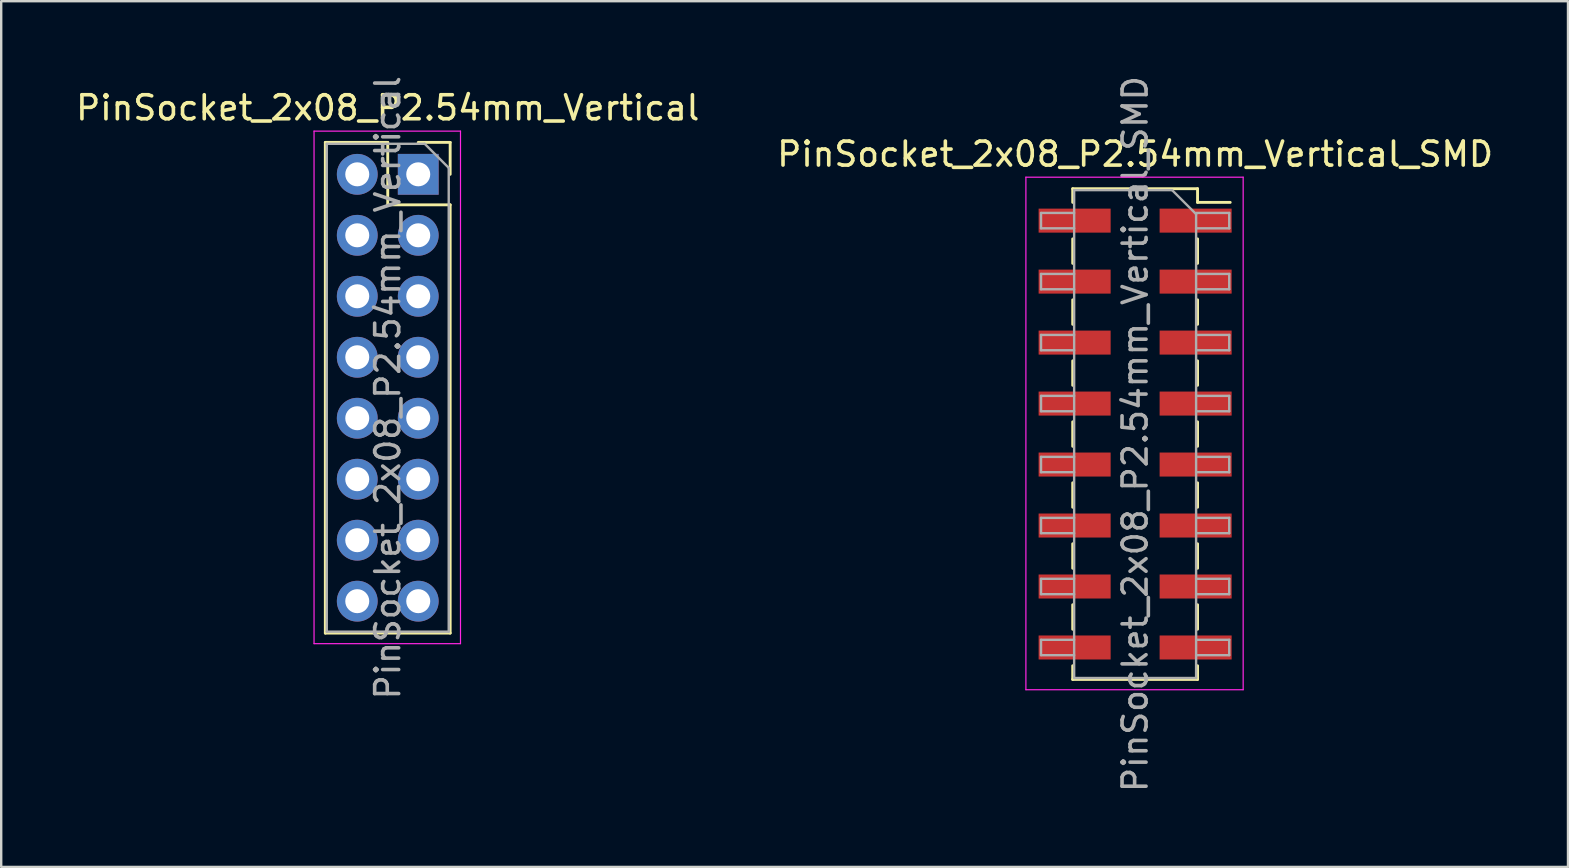
<source format=kicad_pcb>
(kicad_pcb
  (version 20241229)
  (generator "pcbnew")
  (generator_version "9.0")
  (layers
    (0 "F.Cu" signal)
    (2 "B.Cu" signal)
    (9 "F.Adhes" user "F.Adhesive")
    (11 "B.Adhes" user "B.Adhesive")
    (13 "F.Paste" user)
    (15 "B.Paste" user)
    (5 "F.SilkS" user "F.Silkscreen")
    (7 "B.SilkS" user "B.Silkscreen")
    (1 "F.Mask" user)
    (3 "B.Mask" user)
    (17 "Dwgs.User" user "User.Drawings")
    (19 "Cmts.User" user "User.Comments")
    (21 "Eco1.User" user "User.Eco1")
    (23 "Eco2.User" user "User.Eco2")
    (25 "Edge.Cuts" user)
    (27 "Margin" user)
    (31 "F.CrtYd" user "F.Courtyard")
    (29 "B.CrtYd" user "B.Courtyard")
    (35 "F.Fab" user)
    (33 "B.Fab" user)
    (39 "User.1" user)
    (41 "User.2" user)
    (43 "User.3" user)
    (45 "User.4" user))
  (footprint "PinSocket_2x08_P2.54mm_Vertical_SMD"
    (layer "F.Cu")
    (at 44.232 15.03)
    (property "Reference" "PinSocket_2x08_P2.54mm_Vertical_SMD" (at 0 -11.66 0) (layer "F.SilkS") (effects (font (size 1 1) (thickness 0.15))))
    (attr smd)
    (fp_line (start -2.6 -10.22) (end -2.6 -9.65) (stroke (width 0.12) (type solid)) (layer "F.SilkS"))
    (fp_line (start -2.6 -10.22) (end 2.6 -10.22) (stroke (width 0.12) (type solid)) (layer "F.SilkS"))
    (fp_line (start -2.6 -8.13) (end -2.6 -7.11) (stroke (width 0.12) (type solid)) (layer "F.SilkS"))
    (fp_line (start -2.6 -5.59) (end -2.6 -4.57) (stroke (width 0.12) (type solid)) (layer "F.SilkS"))
    (fp_line (start -2.6 -3.05) (end -2.6 -2.03) (stroke (width 0.12) (type solid)) (layer "F.SilkS"))
    (fp_line (start -2.6 -0.51) (end -2.6 0.51) (stroke (width 0.12) (type solid)) (layer "F.SilkS"))
    (fp_line (start -2.6 2.03) (end -2.6 3.05) (stroke (width 0.12) (type solid)) (layer "F.SilkS"))
    (fp_line (start -2.6 4.57) (end -2.6 5.59) (stroke (width 0.12) (type solid)) (layer "F.SilkS"))
    (fp_line (start -2.6 7.11) (end -2.6 8.13) (stroke (width 0.12) (type solid)) (layer "F.SilkS"))
    (fp_line (start -2.6 9.65) (end -2.6 10.22) (stroke (width 0.12) (type solid)) (layer "F.SilkS"))
    (fp_line (start -2.6 10.22) (end 2.6 10.22) (stroke (width 0.12) (type solid)) (layer "F.SilkS"))
    (fp_line (start 2.6 -10.22) (end 2.6 -9.65) (stroke (width 0.12) (type solid)) (layer "F.SilkS"))
    (fp_line (start 2.6 -9.65) (end 3.96 -9.65) (stroke (width 0.12) (type solid)) (layer "F.SilkS"))
    (fp_line (start 2.6 -8.13) (end 2.6 -7.11) (stroke (width 0.12) (type solid)) (layer "F.SilkS"))
    (fp_line (start 2.6 -5.59) (end 2.6 -4.57) (stroke (width 0.12) (type solid)) (layer "F.SilkS"))
    (fp_line (start 2.6 -3.05) (end 2.6 -2.03) (stroke (width 0.12) (type solid)) (layer "F.SilkS"))
    (fp_line (start 2.6 -0.51) (end 2.6 0.51) (stroke (width 0.12) (type solid)) (layer "F.SilkS"))
    (fp_line (start 2.6 2.03) (end 2.6 3.05) (stroke (width 0.12) (type solid)) (layer "F.SilkS"))
    (fp_line (start 2.6 4.57) (end 2.6 5.59) (stroke (width 0.12) (type solid)) (layer "F.SilkS"))
    (fp_line (start 2.6 7.11) (end 2.6 8.13) (stroke (width 0.12) (type solid)) (layer "F.SilkS"))
    (fp_line (start 2.6 9.65) (end 2.6 10.22) (stroke (width 0.12) (type solid)) (layer "F.SilkS"))
    (fp_line (start -4.55 -10.7) (end 4.5 -10.7) (stroke (width 0.05) (type solid)) (layer "F.CrtYd"))
    (fp_line (start -4.55 10.65) (end -4.55 -10.7) (stroke (width 0.05) (type solid)) (layer "F.CrtYd"))
    (fp_line (start 4.5 -10.7) (end 4.5 10.65) (stroke (width 0.05) (type solid)) (layer "F.CrtYd"))
    (fp_line (start 4.5 10.65) (end -4.55 10.65) (stroke (width 0.05) (type solid)) (layer "F.CrtYd"))
    (fp_line (start -3.92 -9.21) (end -2.54 -9.21) (stroke (width 0.1) (type solid)) (layer "F.Fab"))
    (fp_line (start -3.92 -8.57) (end -3.92 -9.21) (stroke (width 0.1) (type solid)) (layer "F.Fab"))
    (fp_line (start -3.92 -6.67) (end -2.54 -6.67) (stroke (width 0.1) (type solid)) (layer "F.Fab"))
    (fp_line (start -3.92 -6.03) (end -3.92 -6.67) (stroke (width 0.1) (type solid)) (layer "F.Fab"))
    (fp_line (start -3.92 -4.13) (end -2.54 -4.13) (stroke (width 0.1) (type solid)) (layer "F.Fab"))
    (fp_line (start -3.92 -3.49) (end -3.92 -4.13) (stroke (width 0.1) (type solid)) (layer "F.Fab"))
    (fp_line (start -3.92 -1.59) (end -2.54 -1.59) (stroke (width 0.1) (type solid)) (layer "F.Fab"))
    (fp_line (start -3.92 -0.95) (end -3.92 -1.59) (stroke (width 0.1) (type solid)) (layer "F.Fab"))
    (fp_line (start -3.92 0.95) (end -2.54 0.95) (stroke (width 0.1) (type solid)) (layer "F.Fab"))
    (fp_line (start -3.92 1.59) (end -3.92 0.95) (stroke (width 0.1) (type solid)) (layer "F.Fab"))
    (fp_line (start -3.92 3.49) (end -2.54 3.49) (stroke (width 0.1) (type solid)) (layer "F.Fab"))
    (fp_line (start -3.92 4.13) (end -3.92 3.49) (stroke (width 0.1) (type solid)) (layer "F.Fab"))
    (fp_line (start -3.92 6.03) (end -2.54 6.03) (stroke (width 0.1) (type solid)) (layer "F.Fab"))
    (fp_line (start -3.92 6.67) (end -3.92 6.03) (stroke (width 0.1) (type solid)) (layer "F.Fab"))
    (fp_line (start -3.92 8.57) (end -2.54 8.57) (stroke (width 0.1) (type solid)) (layer "F.Fab"))
    (fp_line (start -3.92 9.21) (end -3.92 8.57) (stroke (width 0.1) (type solid)) (layer "F.Fab"))
    (fp_line (start -2.54 -10.16) (end 1.54 -10.16) (stroke (width 0.1) (type solid)) (layer "F.Fab"))
    (fp_line (start -2.54 -8.57) (end -3.92 -8.57) (stroke (width 0.1) (type solid)) (layer "F.Fab"))
    (fp_line (start -2.54 -6.03) (end -3.92 -6.03) (stroke (width 0.1) (type solid)) (layer "F.Fab"))
    (fp_line (start -2.54 -3.49) (end -3.92 -3.49) (stroke (width 0.1) (type solid)) (layer "F.Fab"))
    (fp_line (start -2.54 -0.95) (end -3.92 -0.95) (stroke (width 0.1) (type solid)) (layer "F.Fab"))
    (fp_line (start -2.54 1.59) (end -3.92 1.59) (stroke (width 0.1) (type solid)) (layer "F.Fab"))
    (fp_line (start -2.54 4.13) (end -3.92 4.13) (stroke (width 0.1) (type solid)) (layer "F.Fab"))
    (fp_line (start -2.54 6.67) (end -3.92 6.67) (stroke (width 0.1) (type solid)) (layer "F.Fab"))
    (fp_line (start -2.54 9.21) (end -3.92 9.21) (stroke (width 0.1) (type solid)) (layer "F.Fab"))
    (fp_line (start -2.54 10.16) (end -2.54 -10.16) (stroke (width 0.1) (type solid)) (layer "F.Fab"))
    (fp_line (start 1.54 -10.16) (end 2.54 -9.16) (stroke (width 0.1) (type solid)) (layer "F.Fab"))
    (fp_line (start 2.54 -9.21) (end 3.92 -9.21) (stroke (width 0.1) (type solid)) (layer "F.Fab"))
    (fp_line (start 2.54 -9.16) (end 2.54 10.16) (stroke (width 0.1) (type solid)) (layer "F.Fab"))
    (fp_line (start 2.54 -6.67) (end 3.92 -6.67) (stroke (width 0.1) (type solid)) (layer "F.Fab"))
    (fp_line (start 2.54 -4.13) (end 3.92 -4.13) (stroke (width 0.1) (type solid)) (layer "F.Fab"))
    (fp_line (start 2.54 -1.59) (end 3.92 -1.59) (stroke (width 0.1) (type solid)) (layer "F.Fab"))
    (fp_line (start 2.54 0.95) (end 3.92 0.95) (stroke (width 0.1) (type solid)) (layer "F.Fab"))
    (fp_line (start 2.54 3.49) (end 3.92 3.49) (stroke (width 0.1) (type solid)) (layer "F.Fab"))
    (fp_line (start 2.54 6.03) (end 3.92 6.03) (stroke (width 0.1) (type solid)) (layer "F.Fab"))
    (fp_line (start 2.54 8.57) (end 3.92 8.57) (stroke (width 0.1) (type solid)) (layer "F.Fab"))
    (fp_line (start 2.54 10.16) (end -2.54 10.16) (stroke (width 0.1) (type solid)) (layer "F.Fab"))
    (fp_line (start 3.92 -9.21) (end 3.92 -8.57) (stroke (width 0.1) (type solid)) (layer "F.Fab"))
    (fp_line (start 3.92 -8.57) (end 2.54 -8.57) (stroke (width 0.1) (type solid)) (layer "F.Fab"))
    (fp_line (start 3.92 -6.67) (end 3.92 -6.03) (stroke (width 0.1) (type solid)) (layer "F.Fab"))
    (fp_line (start 3.92 -6.03) (end 2.54 -6.03) (stroke (width 0.1) (type solid)) (layer "F.Fab"))
    (fp_line (start 3.92 -4.13) (end 3.92 -3.49) (stroke (width 0.1) (type solid)) (layer "F.Fab"))
    (fp_line (start 3.92 -3.49) (end 2.54 -3.49) (stroke (width 0.1) (type solid)) (layer "F.Fab"))
    (fp_line (start 3.92 -1.59) (end 3.92 -0.95) (stroke (width 0.1) (type solid)) (layer "F.Fab"))
    (fp_line (start 3.92 -0.95) (end 2.54 -0.95) (stroke (width 0.1) (type solid)) (layer "F.Fab"))
    (fp_line (start 3.92 0.95) (end 3.92 1.59) (stroke (width 0.1) (type solid)) (layer "F.Fab"))
    (fp_line (start 3.92 1.59) (end 2.54 1.59) (stroke (width 0.1) (type solid)) (layer "F.Fab"))
    (fp_line (start 3.92 3.49) (end 3.92 4.13) (stroke (width 0.1) (type solid)) (layer "F.Fab"))
    (fp_line (start 3.92 4.13) (end 2.54 4.13) (stroke (width 0.1) (type solid)) (layer "F.Fab"))
    (fp_line (start 3.92 6.03) (end 3.92 6.67) (stroke (width 0.1) (type solid)) (layer "F.Fab"))
    (fp_line (start 3.92 6.67) (end 2.54 6.67) (stroke (width 0.1) (type solid)) (layer "F.Fab"))
    (fp_line (start 3.92 8.57) (end 3.92 9.21) (stroke (width 0.1) (type solid)) (layer "F.Fab"))
    (fp_line (start 3.92 9.21) (end 2.54 9.21) (stroke (width 0.1) (type solid)) (layer "F.Fab"))
    (fp_text user "${REFERENCE}" (at 0 0 90) (layer "F.Fab") (effects (font (size 1 1) (thickness 0.15))))
    (pad "1" smd rect (at 2.52 -8.89) (size 3 1) (layers "F.Cu" "F.Mask" "F.Paste"))
    (pad "2" smd rect (at -2.52 -8.89) (size 3 1) (layers "F.Cu" "F.Mask" "F.Paste"))
    (pad "3" smd rect (at 2.52 -6.35) (size 3 1) (layers "F.Cu" "F.Mask" "F.Paste"))
    (pad "4" smd rect (at -2.52 -6.35) (size 3 1) (layers "F.Cu" "F.Mask" "F.Paste"))
    (pad "5" smd rect (at 2.52 -3.81) (size 3 1) (layers "F.Cu" "F.Mask" "F.Paste"))
    (pad "6" smd rect (at -2.52 -3.81) (size 3 1) (layers "F.Cu" "F.Mask" "F.Paste"))
    (pad "7" smd rect (at 2.52 -1.27) (size 3 1) (layers "F.Cu" "F.Mask" "F.Paste"))
    (pad "8" smd rect (at -2.52 -1.27) (size 3 1) (layers "F.Cu" "F.Mask" "F.Paste"))
    (pad "9" smd rect (at 2.52 1.27) (size 3 1) (layers "F.Cu" "F.Mask" "F.Paste"))
    (pad "10" smd rect (at -2.52 1.27) (size 3 1) (layers "F.Cu" "F.Mask" "F.Paste"))
    (pad "11" smd rect (at 2.52 3.81) (size 3 1) (layers "F.Cu" "F.Mask" "F.Paste"))
    (pad "12" smd rect (at -2.52 3.81) (size 3 1) (layers "F.Cu" "F.Mask" "F.Paste"))
    (pad "13" smd rect (at 2.52 6.35) (size 3 1) (layers "F.Cu" "F.Mask" "F.Paste"))
    (pad "14" smd rect (at -2.52 6.35) (size 3 1) (layers "F.Cu" "F.Mask" "F.Paste"))
    (pad "15" smd rect (at 2.52 8.89) (size 3 1) (layers "F.Cu" "F.Mask" "F.Paste"))
    (pad "16" smd rect (at -2.52 8.89) (size 3 1) (layers "F.Cu" "F.Mask" "F.Paste")))
  (footprint "PinSocket_2x08_P2.54mm_Vertical"
    (layer "F.Cu")
    (at 14.371 4.211)
    (property "Reference" "PinSocket_2x08_P2.54mm_Vertical" (at -1.27 -2.77 0) (layer "F.SilkS") (effects (font (size 1 1) (thickness 0.15))))
    (attr through_hole)
    (fp_line (start -3.87 -1.33) (end -3.87 19.11) (stroke (width 0.12) (type solid)) (layer "F.SilkS"))
    (fp_line (start -3.87 -1.33) (end -1.27 -1.33) (stroke (width 0.12) (type solid)) (layer "F.SilkS"))
    (fp_line (start -3.87 19.11) (end 1.33 19.11) (stroke (width 0.12) (type solid)) (layer "F.SilkS"))
    (fp_line (start -1.27 -1.33) (end -1.27 1.27) (stroke (width 0.12) (type solid)) (layer "F.SilkS"))
    (fp_line (start -1.27 1.27) (end 1.33 1.27) (stroke (width 0.12) (type solid)) (layer "F.SilkS"))
    (fp_line (start 0 -1.33) (end 1.33 -1.33) (stroke (width 0.12) (type solid)) (layer "F.SilkS"))
    (fp_line (start 1.33 -1.33) (end 1.33 0) (stroke (width 0.12) (type solid)) (layer "F.SilkS"))
    (fp_line (start 1.33 1.27) (end 1.33 19.11) (stroke (width 0.12) (type solid)) (layer "F.SilkS"))
    (fp_line (start -4.34 -1.8) (end 1.76 -1.8) (stroke (width 0.05) (type solid)) (layer "F.CrtYd"))
    (fp_line (start -4.34 19.55) (end -4.34 -1.8) (stroke (width 0.05) (type solid)) (layer "F.CrtYd"))
    (fp_line (start 1.76 -1.8) (end 1.76 19.55) (stroke (width 0.05) (type solid)) (layer "F.CrtYd"))
    (fp_line (start 1.76 19.55) (end -4.34 19.55) (stroke (width 0.05) (type solid)) (layer "F.CrtYd"))
    (fp_line (start -3.81 -1.27) (end 0.27 -1.27) (stroke (width 0.1) (type solid)) (layer "F.Fab"))
    (fp_line (start -3.81 19.05) (end -3.81 -1.27) (stroke (width 0.1) (type solid)) (layer "F.Fab"))
    (fp_line (start 0.27 -1.27) (end 1.27 -0.27) (stroke (width 0.1) (type solid)) (layer "F.Fab"))
    (fp_line (start 1.27 -0.27) (end 1.27 19.05) (stroke (width 0.1) (type solid)) (layer "F.Fab"))
    (fp_line (start 1.27 19.05) (end -3.81 19.05) (stroke (width 0.1) (type solid)) (layer "F.Fab"))
    (fp_text user "${REFERENCE}" (at -1.27 8.89 90) (layer "F.Fab") (effects (font (size 1 1) (thickness 0.15))))
    (pad "1" thru_hole rect (at 0 0) (size 1.7 1.7) (drill 1) (layers "*.Cu" "*.Mask"))
    (pad "2" thru_hole oval (at -2.54 0) (size 1.7 1.7) (drill 1) (layers "*.Cu" "*.Mask"))
    (pad "3" thru_hole oval (at 0 2.54) (size 1.7 1.7) (drill 1) (layers "*.Cu" "*.Mask"))
    (pad "4" thru_hole oval (at -2.54 2.54) (size 1.7 1.7) (drill 1) (layers "*.Cu" "*.Mask"))
    (pad "5" thru_hole oval (at 0 5.08) (size 1.7 1.7) (drill 1) (layers "*.Cu" "*.Mask"))
    (pad "6" thru_hole oval (at -2.54 5.08) (size 1.7 1.7) (drill 1) (layers "*.Cu" "*.Mask"))
    (pad "7" thru_hole oval (at 0 7.62) (size 1.7 1.7) (drill 1) (layers "*.Cu" "*.Mask"))
    (pad "8" thru_hole oval (at -2.54 7.62) (size 1.7 1.7) (drill 1) (layers "*.Cu" "*.Mask"))
    (pad "9" thru_hole oval (at 0 10.16) (size 1.7 1.7) (drill 1) (layers "*.Cu" "*.Mask"))
    (pad "10" thru_hole oval (at -2.54 10.16) (size 1.7 1.7) (drill 1) (layers "*.Cu" "*.Mask"))
    (pad "11" thru_hole oval (at 0 12.7) (size 1.7 1.7) (drill 1) (layers "*.Cu" "*.Mask"))
    (pad "12" thru_hole oval (at -2.54 12.7) (size 1.7 1.7) (drill 1) (layers "*.Cu" "*.Mask"))
    (pad "13" thru_hole oval (at 0 15.24) (size 1.7 1.7) (drill 1) (layers "*.Cu" "*.Mask"))
    (pad "14" thru_hole oval (at -2.54 15.24) (size 1.7 1.7) (drill 1) (layers "*.Cu" "*.Mask"))
    (pad "15" thru_hole oval (at 0 17.78) (size 1.7 1.7) (drill 1) (layers "*.Cu" "*.Mask"))
    (pad "16" thru_hole oval (at -2.54 17.78) (size 1.7 1.7) (drill 1) (layers "*.Cu" "*.Mask")))
  (gr_rect
    (start -3 -3)
    (end 62.262 33.06)
    (stroke (width 0.1) (type default))
    (fill no)
    (layer "Edge.Cuts")))
</source>
